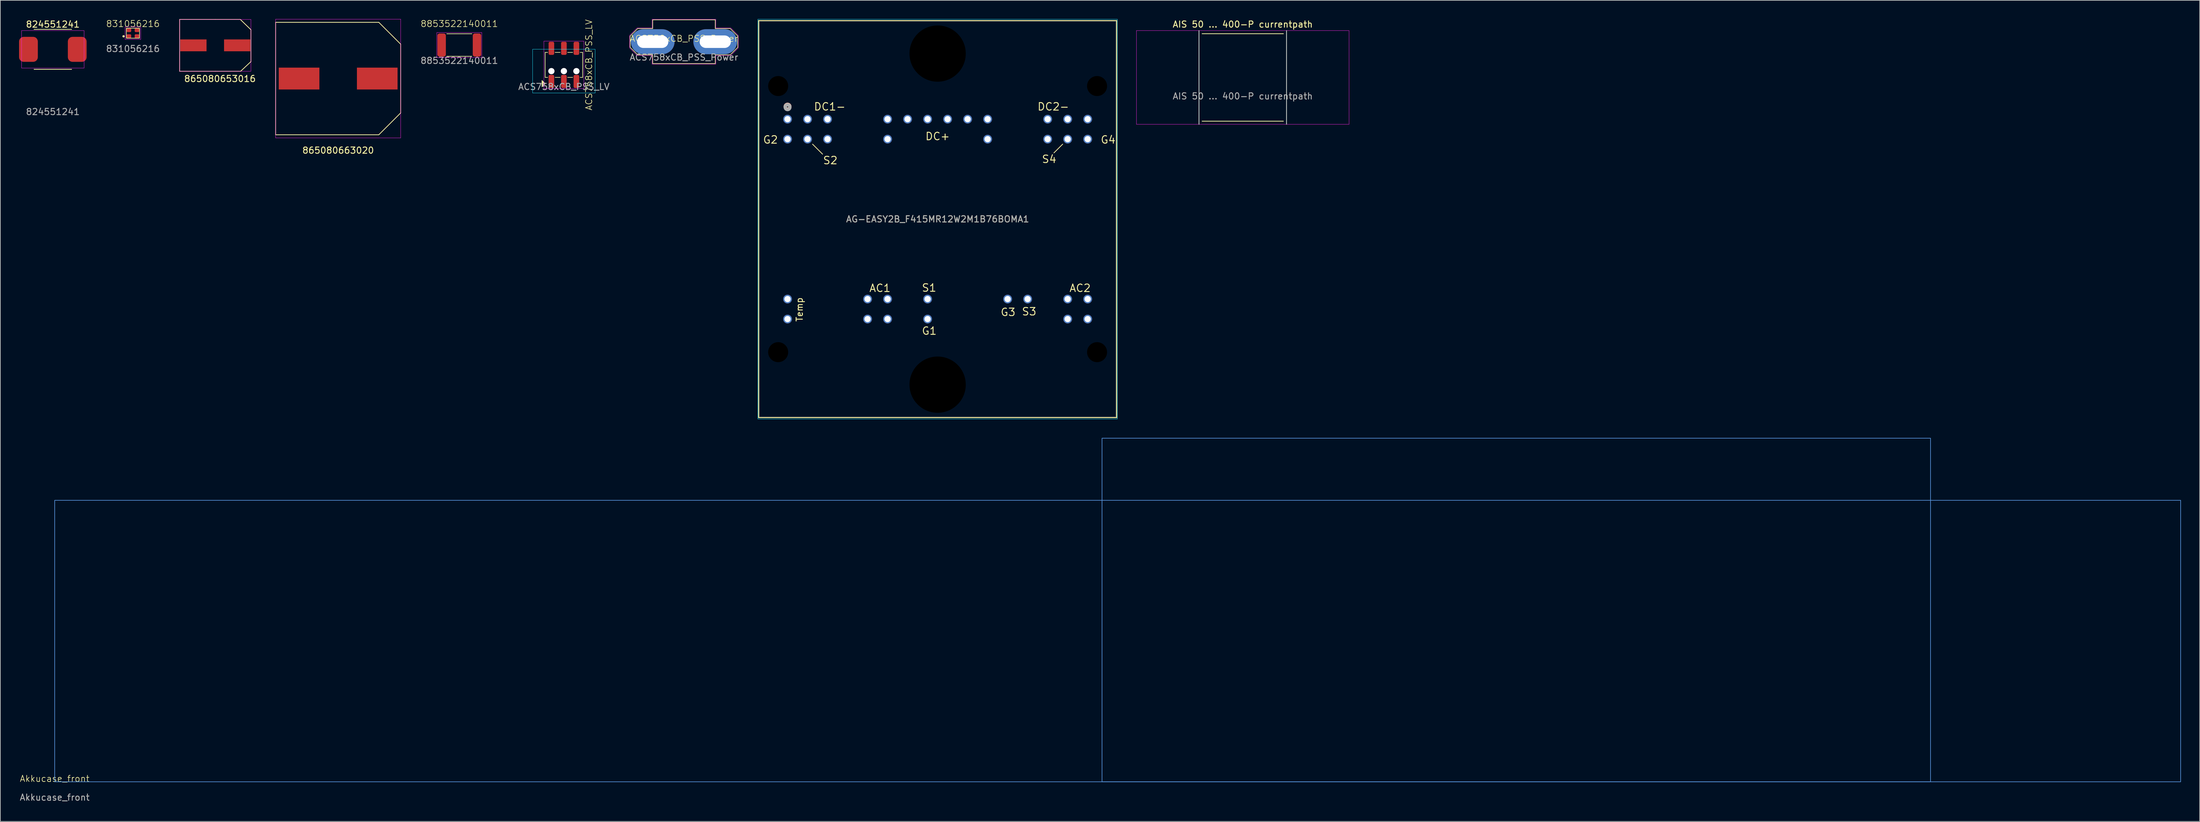
<source format=kicad_pcb>
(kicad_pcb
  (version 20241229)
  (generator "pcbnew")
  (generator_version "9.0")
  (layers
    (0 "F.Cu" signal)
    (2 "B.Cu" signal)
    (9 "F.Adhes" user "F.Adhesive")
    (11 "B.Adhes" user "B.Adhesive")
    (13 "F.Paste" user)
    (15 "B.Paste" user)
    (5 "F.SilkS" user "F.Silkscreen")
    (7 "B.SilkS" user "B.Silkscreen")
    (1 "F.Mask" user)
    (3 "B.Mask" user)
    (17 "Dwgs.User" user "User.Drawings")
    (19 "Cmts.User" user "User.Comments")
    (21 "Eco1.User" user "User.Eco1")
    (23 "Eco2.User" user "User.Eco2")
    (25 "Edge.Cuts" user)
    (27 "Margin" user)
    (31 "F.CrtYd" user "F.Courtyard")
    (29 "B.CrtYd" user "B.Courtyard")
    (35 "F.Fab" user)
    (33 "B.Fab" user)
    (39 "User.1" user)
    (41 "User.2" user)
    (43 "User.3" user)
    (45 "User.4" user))
  (footprint "AIS 50 ... 400-P currentpath"
    (layer "F.Cu")
    (at 195.701 9.348)
    (property "Reference" "AIS 50 ... 400-P currentpath" (at 0 -8.5 0) (unlocked yes) (layer "F.SilkS") (effects (font (size 1 1) (thickness 0.15))))
    (fp_line (start -6.5 -7) (end 6.5 -7) (stroke (width 0.12) (type default)) (layer "F.SilkS"))
    (fp_line (start 6.5 7) (end -6.5 7) (stroke (width 0.12) (type default)) (layer "F.SilkS"))
    (fp_line (start -7 7.5) (end -7 -7.5) (stroke (width 0.12) (type default)) (layer "Edge.Cuts"))
    (fp_line (start 7 -7.5) (end 7 7.5) (stroke (width 0.12) (type default)) (layer "Edge.Cuts"))
    (fp_line (start -17 -7.5) (end 17 -7.5) (stroke (width 0.05) (type default)) (layer "F.CrtYd"))
    (fp_line (start -17 7.5) (end -17 -7.5) (stroke (width 0.05) (type default)) (layer "F.CrtYd"))
    (fp_line (start 17 -7.5) (end 17 7.5) (stroke (width 0.05) (type default)) (layer "F.CrtYd"))
    (fp_line (start 17 7.5) (end -17 7.5) (stroke (width 0.05) (type default)) (layer "F.CrtYd"))
    (fp_text user "${REFERENCE}" (at 0 3 0) (unlocked yes) (layer "F.Fab") (effects (font (size 1 1) (thickness 0.15))))
    (fp_text user "Keep FR4 out" (at 13 5 90) (unlocked yes) (layer "User.8") (effects (font (size 1 1) (thickness 0.15)) (justify left bottom)))
    (fp_text user "Keep FR4 out" (at -12 5 90) (unlocked yes) (layer "User.8") (effects (font (size 1 1) (thickness 0.15)) (justify left bottom)))
    (zone (net_name "") (layers "F.Cu" "F.Mask" "B.Cu" "B.Mask" "F.SilkS" "B.SilkS" "F.Adhes" "B.Adhes" "F.Paste" "B.Paste") (hatch edge 0.5) (connect_pads) (min_thickness 0.25) (filled_areas_thickness no) (keepout (tracks not_allowed) (vias not_allowed) (pads not_allowed) (copperpour not_allowed) (footprints not_allowed)) (placement (enabled no)) (fill) (polygon (pts (xy 178.701 1.848) (xy 178.701 16.848) (xy 188.201 16.848) (xy 188.201 1.848))))
    (zone (net_name "") (layers "F.Cu" "F.Mask" "B.Cu" "B.Mask" "F.SilkS" "B.SilkS" "F.Adhes" "B.Adhes" "F.Paste" "B.Paste") (hatch edge 0.5) (connect_pads) (min_thickness 0.25) (filled_areas_thickness no) (keepout (tracks not_allowed) (vias not_allowed) (pads not_allowed) (copperpour not_allowed) (footprints not_allowed)) (placement (enabled no)) (fill) (polygon (pts (xy 203.201 1.848) (xy 203.201 16.848) (xy 212.701 16.848) (xy 212.701 1.848)))))
  (footprint "8853522140011"
    (layer "F.Cu")
    (at 70.406 4.16)
    (property "Reference" "8853522140011" (at 0 -3.4 0) (unlocked yes) (layer "F.SilkS") (effects (font (size 1 1) (thickness 0.1))))
    (attr smd)
    (fp_line (start -2 -1.8) (end 2 -1.8) (stroke (width 0.1) (type default)) (layer "F.SilkS"))
    (fp_line (start 2 1.8) (end -2 1.8) (stroke (width 0.1) (type default)) (layer "F.SilkS"))
    (fp_rect (start -3.6 -2) (end 3.6 2) (stroke (width 0.05) (type default)) (fill no) (layer "F.CrtYd"))
    (fp_text user "${REFERENCE}" (at 0 2.5 0) (unlocked yes) (layer "F.Fab") (effects (font (size 1 1) (thickness 0.15))))
    (pad "1" smd roundrect (at -2.825 0) (size 1.35 3.7) (layers "F.Cu" "F.Mask" "F.Paste") (roundrect_rratio 0.25))
    (pad "2" smd roundrect (at 2.825 0) (size 1.35 3.7) (layers "F.Cu" "F.Mask" "F.Paste") (roundrect_rratio 0.25)))
  (footprint "824551241"
    (layer "F.Cu")
    (at 5.4 4.848)
    (property "Reference" "824551241" (at 0 -4 0) (unlocked yes) (layer "F.SilkS") (effects (font (size 1 1) (thickness 0.15))))
    (attr smd)
    (fp_line (start -3 -3.2) (end 3 -3.2) (stroke (width 0.12) (type default)) (layer "F.SilkS"))
    (fp_line (start 3 3.2) (end -3 3.2) (stroke (width 0.12) (type default)) (layer "F.SilkS"))
    (fp_rect (start -5 -3) (end 5 3) (stroke (width 0.05) (type default)) (fill no) (layer "F.CrtYd"))
    (fp_text user "${REFERENCE}" (at 0 10 0) (unlocked yes) (layer "F.Fab") (effects (font (size 1 1) (thickness 0.15))))
    (pad "1" smd roundrect (at 3.9 0) (size 3 4) (layers "F.Cu" "F.Mask" "F.Paste") (roundrect_rratio 0.25))
    (pad "2" smd roundrect (at -3.9 0) (size 3 4) (layers "F.Cu" "F.Mask" "F.Paste") (roundrect_rratio 0.25)))
  (footprint "Akkucase_front"
    (layer "F.Cu")
    (at 5.696 122.1)
    (property "Reference" "Akkucase_front" (at 0 -0.5 0) (unlocked yes) (layer "F.SilkS") (effects (font (size 1 1) (thickness 0.1))))
    (fp_rect (start 167.5 -55) (end 300 0) (stroke (width 0.1) (type default)) (fill no) (layer "Cmts.User"))
    (fp_rect (start 340 -45.06) (end 0 0) (stroke (width 0.1) (type default)) (fill no) (layer "Cmts.User"))
    (fp_text user "${REFERENCE}" (at 0 2.5 0) (unlocked yes) (layer "F.Fab") (effects (font (size 1 1) (thickness 0.15)))))
  (footprint "ACS758xCB_PSS_LV"
    (layer "F.Cu")
    (at 87.132 8.336)
    (property "Reference" "ACS758xCB_PSS_LV" (at 4 -1 90) (unlocked yes) (layer "F.SilkS") (effects (font (size 1 1) (thickness 0.1))))
    (attr smd)
    (fp_line (start -3 -3) (end -3 1) (stroke (width 0.1) (type default)) (layer "F.SilkS"))
    (fp_line (start -2.6 -3) (end -3 -3) (stroke (width 0.1) (type default)) (layer "F.SilkS"))
    (fp_line (start -2.6 1) (end -3 1) (stroke (width 0.1) (type default)) (layer "F.SilkS"))
    (fp_line (start -1.4 -3) (end -0.6 -3) (stroke (width 0.1) (type default)) (layer "F.SilkS"))
    (fp_line (start -0.6 1) (end -1.4 1) (stroke (width 0.1) (type default)) (layer "F.SilkS"))
    (fp_line (start 0.6 -3) (end 1.4 -3) (stroke (width 0.1) (type default)) (layer "F.SilkS"))
    (fp_line (start 1.4 1) (end 0.6 1) (stroke (width 0.1) (type default)) (layer "F.SilkS"))
    (fp_line (start 2.6 -3) (end 3 -3) (stroke (width 0.1) (type default)) (layer "F.SilkS"))
    (fp_line (start 3 -3) (end 3 1) (stroke (width 0.1) (type default)) (layer "F.SilkS"))
    (fp_line (start 3 1) (end 2.6 1) (stroke (width 0.1) (type default)) (layer "F.SilkS"))
    (fp_poly (pts (xy -3 2) (xy -3.5 1.5) (xy -3.5 2.5)) (stroke (width 0.1) (type solid)) (fill yes) (layer "F.SilkS"))
    (fp_rect (start -5 -3.5) (end 5 3.5) (stroke (width 0.05) (type default)) (fill no) (layer "B.CrtYd"))
    (fp_rect (start -3.2 -4.8) (end 3.2 2.8) (stroke (width 0.05) (type default)) (fill no) (layer "F.CrtYd"))
    (fp_text user "${REFERENCE}" (at 0 2.5 0) (unlocked yes) (layer "F.Fab") (effects (font (size 1 1) (thickness 0.15))))
    (pad "" np_thru_hole circle (at -2 0) (size 1 1) (drill 1) (layers "*.Cu" "*.Mask"))
    (pad "" np_thru_hole circle (at 0 0) (size 1 1) (drill 1) (layers "*.Cu" "*.Mask"))
    (pad "" np_thru_hole circle (at 2 0) (size 1 1) (drill 1) (layers "*.Cu" "*.Mask"))
    (pad "1" smd roundrect (at -2 1.65) (size 0.9 2.1) (layers "F.Cu" "F.Mask" "F.Paste") (roundrect_rratio 0.25))
    (pad "2" smd roundrect (at -2 -3.65) (size 0.9 2.1) (layers "F.Cu" "F.Mask" "F.Paste") (roundrect_rratio 0.25))
    (pad "2" smd roundrect (at 0 -3.65) (size 0.9 2.1) (layers "F.Cu" "F.Mask" "F.Paste") (roundrect_rratio 0.25))
    (pad "2" smd roundrect (at 0 1.65) (size 0.9 2.1) (layers "F.Cu" "F.Mask" "F.Paste") (roundrect_rratio 0.25))
    (pad "2" smd roundrect (at 2 -3.65) (size 0.9 2.1) (layers "F.Cu" "F.Mask" "F.Paste") (roundrect_rratio 0.25))
    (pad "3" smd roundrect (at 2 1.65) (size 0.9 2.1) (layers "F.Cu" "F.Mask" "F.Paste") (roundrect_rratio 0.25)))
  (footprint "865080663020"
    (layer "F.Cu")
    (at 51.031 9.525)
    (property "Reference" "865080663020" (at 0 11.5 0) (layer "F.SilkS") (effects (font (size 1 1) (thickness 0.15))))
    (attr through_hole)
    (fp_line (start -10 -9) (end -10 9) (stroke (width 0.12) (type solid)) (layer "F.SilkS"))
    (fp_line (start 6.5 -9) (end -10 -9) (stroke (width 0.12) (type solid)) (layer "F.SilkS"))
    (fp_line (start 6.5 -9) (end 10 -5.5) (stroke (width 0.12) (type solid)) (layer "F.SilkS"))
    (fp_line (start 6.5 9) (end -10 9) (stroke (width 0.12) (type solid)) (layer "F.SilkS"))
    (fp_line (start 6.5 9) (end 10 5.5) (stroke (width 0.12) (type solid)) (layer "F.SilkS"))
    (fp_line (start 10 -5.5) (end 10 5.5) (stroke (width 0.12) (type solid)) (layer "F.SilkS"))
    (fp_line (start -10 -9.5) (end 10 -9.5) (stroke (width 0.05) (type solid)) (layer "F.CrtYd"))
    (fp_line (start -10 9.5) (end -10 -9.5) (stroke (width 0.05) (type solid)) (layer "F.CrtYd"))
    (fp_line (start 10 -9.5) (end 10 9.5) (stroke (width 0.05) (type solid)) (layer "F.CrtYd"))
    (fp_line (start 10 9.5) (end -10 9.5) (stroke (width 0.05) (type solid)) (layer "F.CrtYd"))
    (pad "1" smd rect (at 6.25 0) (size 6.5 3.5) (layers "F.Cu" "F.Mask" "F.Paste"))
    (pad "2" smd rect (at -6.25 0) (size 6.5 3.5) (layers "F.Cu" "F.Mask" "F.Paste")))
  (footprint "AG-EASY2B_F415MR12W2M1B76BOMA1"
    (layer "F.Cu")
    (at 146.901 32.025)
    (property "Reference" "AG-EASY2B_F415MR12W2M1B76BOMA1" (at 0 0 0) (unlocked yes) (layer "F.SilkS") (effects (font (size 1 1) (thickness 0.15))))
    (attr through_hole)
    (fp_line (start -28.626 -31.775) (end -28.626 31.775) (stroke (width 0.152) (type solid)) (layer "F.SilkS"))
    (fp_line (start -28.626 31.775) (end 28.626 31.775) (stroke (width 0.152) (type solid)) (layer "F.SilkS"))
    (fp_line (start -18.4 -10.4) (end -20 -12) (stroke (width 0.12) (type default)) (layer "F.SilkS"))
    (fp_line (start 18.6 -10.6) (end 20 -12) (stroke (width 0.12) (type default)) (layer "F.SilkS"))
    (fp_line (start 28.626 -31.775) (end -28.626 -31.775) (stroke (width 0.152) (type solid)) (layer "F.SilkS"))
    (fp_line (start 28.626 31.775) (end 28.626 -31.775) (stroke (width 0.152) (type solid)) (layer "F.SilkS"))
    (fp_circle (center -24 -18) (end -23.619 -18) (stroke (width 0.508) (type solid)) (fill no) (layer "F.SilkS"))
    (fp_circle (center -24 -18) (end -23.619 -18) (stroke (width 0.508) (type solid)) (fill no) (layer "B.SilkS"))
    (fp_rect (start -28.75 32) (end 28.75 -32) (stroke (width 0.05) (type default)) (fill no) (layer "B.CrtYd"))
    (fp_line (start -28.499 -31.648) (end -28.499 31.648) (stroke (width 0.025) (type solid)) (layer "F.Fab"))
    (fp_line (start -28.499 31.648) (end 28.499 31.648) (stroke (width 0.025) (type solid)) (layer "F.Fab"))
    (fp_line (start 28.499 -31.648) (end -28.499 -31.648) (stroke (width 0.025) (type solid)) (layer "F.Fab"))
    (fp_line (start 28.499 31.648) (end 28.499 -31.648) (stroke (width 0.025) (type solid)) (layer "F.Fab"))
    (fp_circle (center -24 -17.905) (end -23.619 -17.905) (stroke (width 0.508) (type solid)) (fill no) (layer "F.Fab"))
    (fp_text user "DC+" (at 0 -13.25 0) (unlocked yes) (layer "F.SilkS") (effects (font (size 1.2 1.2) (thickness 0.15))))
    (fp_text user "DC1-" (at -17.25 -18 0) (unlocked yes) (layer "F.SilkS") (effects (font (size 1.2 1.2) (thickness 0.15))))
    (fp_text user "G1" (at -2.6 18.6 0) (unlocked yes) (layer "F.SilkS") (effects (font (size 1.2 1.2) (thickness 0.15)) (justify left bottom)))
    (fp_text user "S4" (at 16.6 -9.6 0) (unlocked yes) (layer "F.SilkS") (effects (font (size 1.2 1.2) (thickness 0.15)) (justify left)))
    (fp_text user "S1" (at -2.6 11 0) (unlocked yes) (layer "F.SilkS") (effects (font (size 1.2 1.2) (thickness 0.15)) (justify left)))
    (fp_text user "AC1" (at -11 11.75 0) (unlocked yes) (layer "F.SilkS") (effects (font (size 1.2 1.2) (thickness 0.15)) (justify left bottom)))
    (fp_text user "S2" (at -18.4 -9.4 0) (unlocked yes) (layer "F.SilkS") (effects (font (size 1.2 1.2) (thickness 0.15)) (justify left)))
    (fp_text user "G4" (at 26 -12 0) (unlocked yes) (layer "F.SilkS") (effects (font (size 1.2 1.2) (thickness 0.15)) (justify left bottom)))
    (fp_text user "Temp" (at -21.5 16.5 90) (unlocked yes) (layer "F.SilkS") (effects (font (size 1 1) (thickness 0.15)) (justify left bottom)))
    (fp_text user "G2" (at -28 -12 0) (unlocked yes) (layer "F.SilkS") (effects (font (size 1.2 1.2) (thickness 0.15)) (justify left bottom)))
    (fp_text user "S3" (at 13.4 14.8 0) (unlocked yes) (layer "F.SilkS") (effects (font (size 1.2 1.2) (thickness 0.15)) (justify left)))
    (fp_text user "G3" (at 10 15.6 0) (unlocked yes) (layer "F.SilkS") (effects (font (size 1.2 1.2) (thickness 0.15)) (justify left bottom)))
    (fp_text user "AC2" (at 21 11.75 0) (unlocked yes) (layer "F.SilkS") (effects (font (size 1.2 1.2) (thickness 0.15)) (justify left bottom)))
    (fp_text user "DC2-" (at 18.5 -18 0) (unlocked yes) (layer "F.SilkS") (effects (font (size 1.2 1.2) (thickness 0.15))))
    (fp_text user "${REFERENCE}" (at 0 0 0) (unlocked yes) (layer "F.Fab") (effects (font (size 1 1) (thickness 0.15))))
    (pad "" np_thru_hole circle (at -25.5 -21.3) (size 3.2 3.2) (drill 3.2) (layers "*.Mask"))
    (pad "" np_thru_hole circle (at -25.5 21.3) (size 3.2 3.2) (drill 3.2) (layers "*.Mask"))
    (pad "" np_thru_hole circle (at 0 -26.5) (size 9 9) (drill 9) (layers "*.Mask"))
    (pad "" np_thru_hole circle (at 0 26.5) (size 9 9) (drill 9) (layers "*.Mask"))
    (pad "" np_thru_hole circle (at 25.5 -21.3) (size 3.2 3.2) (drill 3.2) (layers "*.Mask"))
    (pad "" np_thru_hole circle (at 25.5 21.3) (size 3.2 3.2) (drill 3.2) (layers "*.Mask"))
    (pad "AC1" thru_hole circle (at -11.2 12.8) (size 1.4 1.4) (drill 1) (layers "*.Cu" "*.Mask"))
    (pad "AC1" thru_hole circle (at -11.2 16) (size 1.4 1.4) (drill 1) (layers "*.Cu" "*.Mask"))
    (pad "AC1" thru_hole circle (at -8 12.8) (size 1.4 1.4) (drill 1) (layers "*.Cu" "*.Mask"))
    (pad "AC1" thru_hole circle (at -8 16) (size 1.4 1.4) (drill 1) (layers "*.Cu" "*.Mask"))
    (pad "AC2" thru_hole circle (at 20.8 12.8) (size 1.4 1.4) (drill 1) (layers "*.Cu" "*.Mask"))
    (pad "AC2" thru_hole circle (at 20.8 16) (size 1.4 1.4) (drill 1) (layers "*.Cu" "*.Mask"))
    (pad "AC2" thru_hole circle (at 24 12.8) (size 1.4 1.4) (drill 1) (layers "*.Cu" "*.Mask"))
    (pad "AC2" thru_hole circle (at 24 16) (size 1.4 1.4) (drill 1) (layers "*.Cu" "*.Mask"))
    (pad "DC+" thru_hole circle (at -8 -16) (size 1.4 1.4) (drill 1) (layers "*.Cu" "*.Mask"))
    (pad "DC+" thru_hole circle (at -8 -12.8) (size 1.4 1.4) (drill 1) (layers "*.Cu" "*.Mask"))
    (pad "DC+" thru_hole circle (at -4.8 -16) (size 1.4 1.4) (drill 1) (layers "*.Cu" "*.Mask"))
    (pad "DC+" thru_hole circle (at -1.6 -16) (size 1.4 1.4) (drill 1) (layers "*.Cu" "*.Mask"))
    (pad "DC+" thru_hole circle (at 1.6 -16) (size 1.4 1.4) (drill 1) (layers "*.Cu" "*.Mask"))
    (pad "DC+" thru_hole circle (at 4.8 -16) (size 1.4 1.4) (drill 1) (layers "*.Cu" "*.Mask"))
    (pad "DC+" thru_hole circle (at 8 -16) (size 1.4 1.4) (drill 1) (layers "*.Cu" "*.Mask"))
    (pad "DC+" thru_hole circle (at 8 -12.8) (size 1.4 1.4) (drill 1) (layers "*.Cu" "*.Mask"))
    (pad "DC1-" thru_hole circle (at -24 -16) (size 1.4 1.4) (drill 1) (layers "*.Cu" "*.Mask"))
    (pad "DC1-" thru_hole circle (at -20.8 -16) (size 1.4 1.4) (drill 1) (layers "*.Cu" "*.Mask"))
    (pad "DC1-" thru_hole circle (at -17.6 -16) (size 1.4 1.4) (drill 1) (layers "*.Cu" "*.Mask"))
    (pad "DC1-" thru_hole circle (at -17.6 -12.8) (size 1.4 1.4) (drill 1) (layers "*.Cu" "*.Mask"))
    (pad "DC2-" thru_hole circle (at 17.6 -16) (size 1.4 1.4) (drill 1) (layers "*.Cu" "*.Mask"))
    (pad "DC2-" thru_hole circle (at 17.6 -12.8) (size 1.4 1.4) (drill 1) (layers "*.Cu" "*.Mask"))
    (pad "DC2-" thru_hole circle (at 20.8 -16) (size 1.4 1.4) (drill 1) (layers "*.Cu" "*.Mask"))
    (pad "DC2-" thru_hole circle (at 24 -16) (size 1.4 1.4) (drill 1) (layers "*.Cu" "*.Mask"))
    (pad "G1" thru_hole circle (at -1.6 16) (size 1.4 1.4) (drill 1) (layers "*.Cu" "*.Mask"))
    (pad "G2" thru_hole circle (at -24 -12.8) (size 1.4 1.4) (drill 1) (layers "*.Cu" "*.Mask"))
    (pad "G3" thru_hole circle (at 11.2 12.8) (size 1.4 1.4) (drill 1) (layers "*.Cu" "*.Mask"))
    (pad "G4" thru_hole circle (at 24 -12.8) (size 1.4 1.4) (drill 1) (layers "*.Cu" "*.Mask"))
    (pad "S1" thru_hole circle (at -1.6 12.8) (size 1.4 1.4) (drill 1) (layers "*.Cu" "*.Mask"))
    (pad "S2" thru_hole circle (at -20.8 -12.8) (size 1.4 1.4) (drill 1) (layers "*.Cu" "*.Mask"))
    (pad "S3" thru_hole circle (at 14.4 12.8) (size 1.4 1.4) (drill 1) (layers "*.Cu" "*.Mask"))
    (pad "S4" thru_hole circle (at 20.8 -12.8) (size 1.4 1.4) (drill 1) (layers "*.Cu" "*.Mask"))
    (pad "T1" thru_hole circle (at -24 12.8) (size 1.4 1.4) (drill 1) (layers "*.Cu" "*.Mask"))
    (pad "T2" thru_hole circle (at -24 16) (size 1.4 1.4) (drill 1) (layers "*.Cu" "*.Mask")))
  (footprint "831056216"
    (layer "F.Cu")
    (at 18.211 2.26)
    (property "Reference" "831056216" (at 0 -1.5 0) (unlocked yes) (layer "F.SilkS") (effects (font (size 1 1) (thickness 0.1))))
    (attr smd)
    (fp_rect (start -1.05 -0.8) (end 1.05 0.8) (stroke (width 0.1) (type default)) (fill no) (layer "F.SilkS"))
    (fp_circle (center -1.5 0.5) (end -1.37 0.5) (stroke (width 0.1) (type solid)) (fill yes) (layer "F.SilkS"))
    (fp_rect (start -1.25 -1) (end 1.25 1) (stroke (width 0.05) (type default)) (fill no) (layer "F.CrtYd"))
    (fp_text user "${REFERENCE}" (at 0 2.5 0) (unlocked yes) (layer "F.Fab") (effects (font (size 1 1) (thickness 0.15))))
    (pad "1" smd roundrect (at -0.65 0.5) (size 0.75 0.65) (layers "F.Cu" "F.Mask" "F.Paste") (roundrect_rratio 0.25))
    (pad "2" smd roundrect (at 0.65 0.5) (size 0.75 0.65) (layers "F.Cu" "F.Mask" "F.Paste") (roundrect_rratio 0.25))
    (pad "3" smd roundrect (at 0.65 -0.5) (size 0.75 0.65) (layers "F.Cu" "F.Mask" "F.Paste") (roundrect_rratio 0.25))
    (pad "4" smd roundrect (at -0.65 -0.5) (size 0.75 0.65) (layers "F.Cu" "F.Mask" "F.Paste") (roundrect_rratio 0.25)))
  (footprint "865080653016"
    (layer "F.Cu")
    (at 31.381 4.21)
    (property "Reference" "865080653016" (at 0.75 5.35 0) (layer "F.SilkS") (effects (font (size 1 1) (thickness 0.15))))
    (attr smd)
    (fp_line (start -5.7 -4.15) (end -5.7 4.15) (stroke (width 0.12) (type solid)) (layer "F.SilkS"))
    (fp_line (start 0 -4.15) (end -5.7 -4.15) (stroke (width 0.12) (type solid)) (layer "F.SilkS"))
    (fp_line (start 0 -4.15) (end 4 -4.15) (stroke (width 0.12) (type solid)) (layer "F.SilkS"))
    (fp_line (start 0 4.15) (end -5.7 4.15) (stroke (width 0.12) (type solid)) (layer "F.SilkS"))
    (fp_line (start 0 4.15) (end 4.05 4.15) (stroke (width 0.12) (type solid)) (layer "F.SilkS"))
    (fp_line (start 4 -4.15) (end 5.7 -2.5) (stroke (width 0.12) (type solid)) (layer "F.SilkS"))
    (fp_line (start 4.05 4.15) (end 5.7 2.6) (stroke (width 0.12) (type solid)) (layer "F.SilkS"))
    (fp_line (start 5.7 2.6) (end 5.7 -2.5) (stroke (width 0.12) (type solid)) (layer "F.SilkS"))
    (fp_rect (start -5.7 -4.15) (end 5.7 4.15) (stroke (width 0.05) (type solid)) (fill no) (layer "F.CrtYd"))
    (pad "1" smd rect (at 3.5 0) (size 4.2 1.9) (layers "F.Cu" "F.Mask" "F.Paste"))
    (pad "2" smd rect (at -3.5 0) (size 4.2 1.9) (layers "F.Cu" "F.Mask" "F.Paste")))
  (footprint "ACS758xCB_PSS_Power"
    (layer "F.Cu")
    (at 106.335 3.625)
    (property "Reference" "ACS758xCB_PSS_Power" (at 0 -0.5 0) (unlocked yes) (layer "F.SilkS") (effects (font (size 1 1) (thickness 0.1))))
    (attr through_hole)
    (fp_poly (pts (xy -5 -3.5) (xy -5 -2.1) (xy -7.4 -2.1) (xy -8.6 -0.9) (xy -8.6 0.9) (xy -7.4 2.1) (xy -5 2.1) (xy -5 3.5) (xy 5 3.5) (xy 5 2.1) (xy 7.4 2.1) (xy 8.6 0.9) (xy 8.6 -0.9) (xy 7.4 -2.1) (xy 5 -2.1) (xy 5 -3.5)) (stroke (width 0.1) (type solid)) (fill no) (layer "F.SilkS"))
    (fp_poly (pts (xy -5.1 -2.2) (xy -7.5 -2.2) (xy -8.7 -1) (xy -8.7 1) (xy -7.5 2.2) (xy -5.1 2.2) (xy -5.1 3.6) (xy 5.1 3.6) (xy 5.1 2.2) (xy 7.5 2.2) (xy 8.7 1) (xy 8.7 -1) (xy 7.5 -2.2) (xy 5.1 -2.2) (xy 5.1 -3.6) (xy -5.1 -3.6)) (stroke (width 0.05) (type solid)) (fill no) (layer "F.CrtYd"))
    (fp_text user "${REFERENCE}" (at 0 2.5 0) (unlocked yes) (layer "F.Fab") (effects (font (size 1 1) (thickness 0.15))))
    (pad "4" thru_hole roundrect (at 5 0) (size 7 4) (drill oval 5 2) (layers "*.Cu" "*.Mask") (roundrect_rratio 0.5))
    (pad "5" thru_hole roundrect (at -5 0) (size 7 4) (drill oval 5 2) (layers "*.Cu" "*.Mask") (roundrect_rratio 0.5)))
  (gr_rect
    (start -3 -3)
    (end 348.746 128.448)
    (stroke (width 0.1) (type default))
    (fill no)
    (layer "Edge.Cuts")))
</source>
